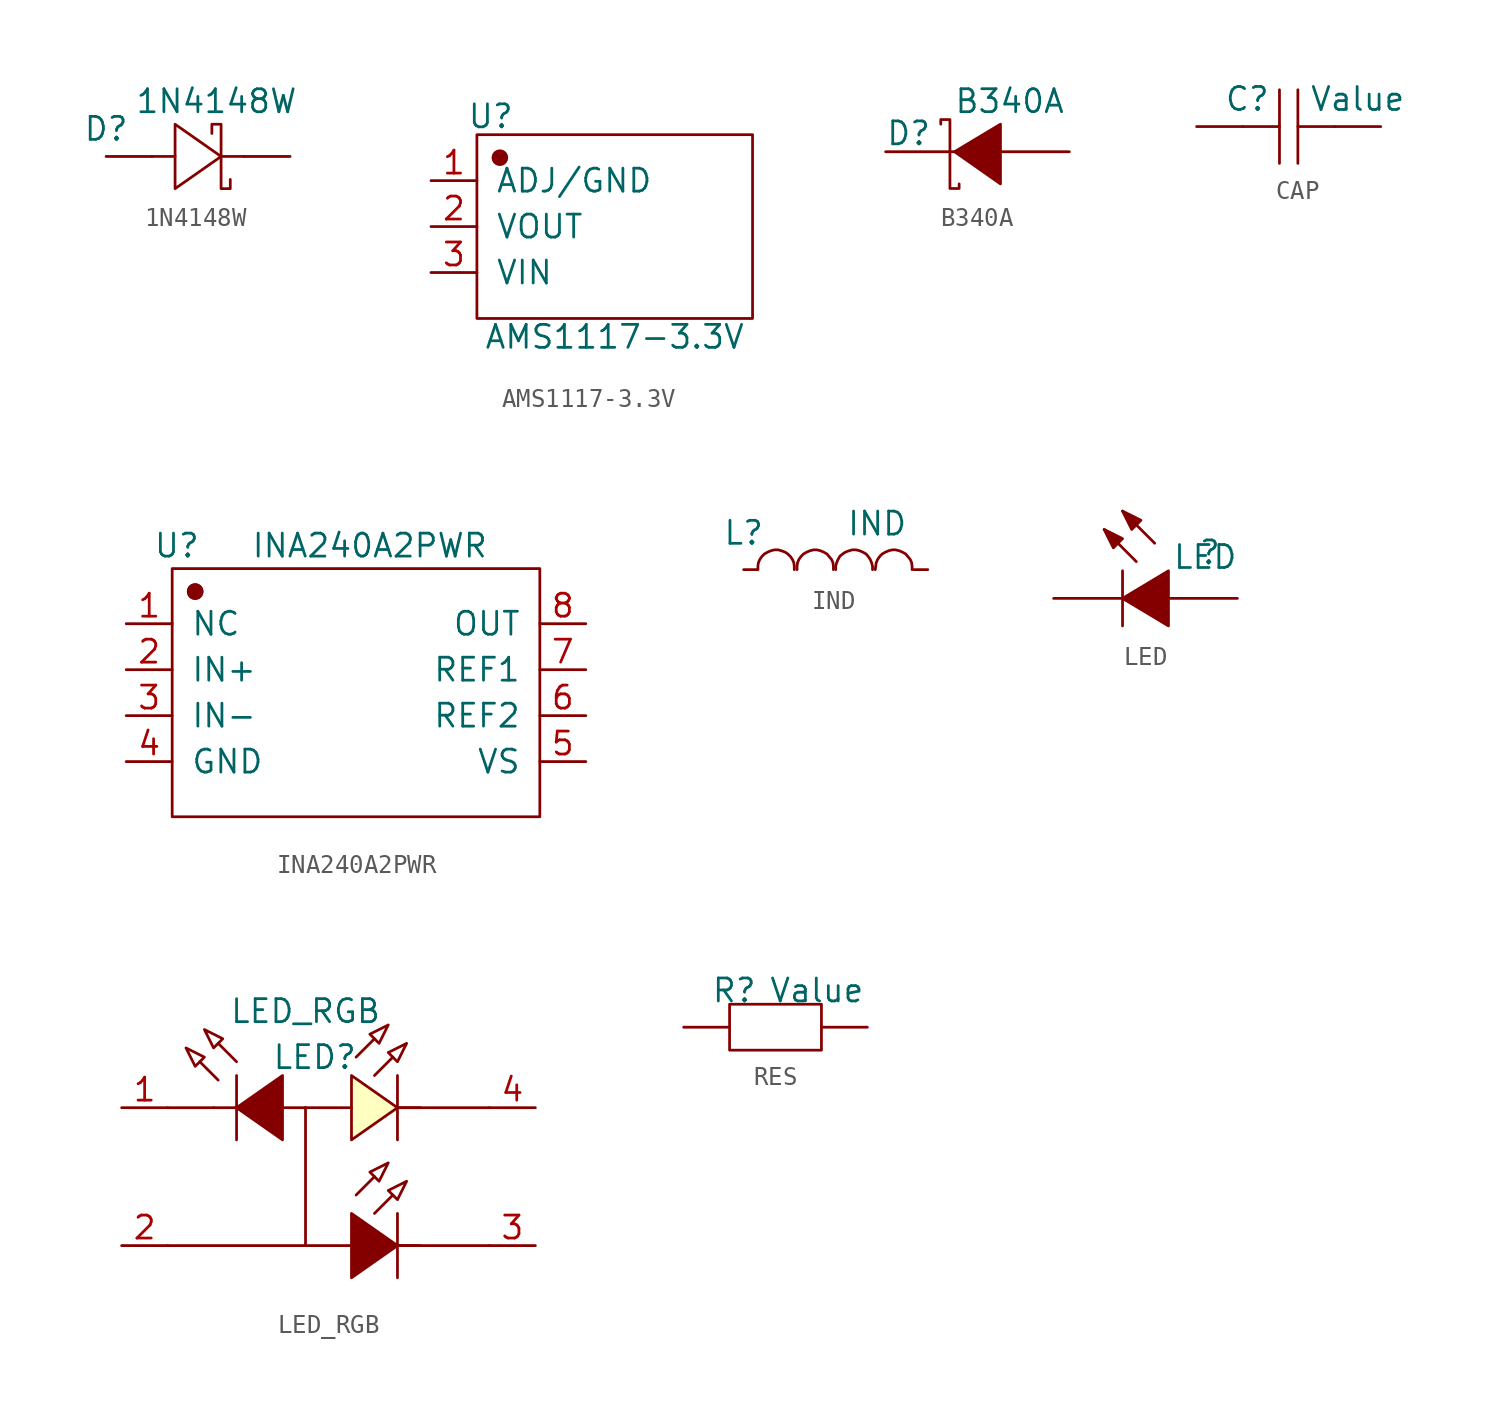
<source format=kicad_sym>
(kicad_symbol_lib
  (version 20231120)
  (generator "kicad_symbol_editor")
  (generator_version "8.0")
  (symbol "1N4148W"
    (pin_numbers hide)
    (pin_names
      (offset 1.016) hide)
    (property "Reference" "D"
      (at -5.08 1.524 0)
      (effects (font (size 1.27 1.27))))
    (property "Value" "1N4148W"
      (at 1.016 3.048 0)
      (effects (font (size 1.27 1.27))))
    (symbol "1N4148W_1_1"
      (polyline (pts (xy -2.54 0) (xy -1.27 0)) (stroke (width 0.152) (type solid)) (fill (type none)))
      (polyline (pts (xy 1.27 0) (xy 2.54 0)) (stroke (width 0.152) (type solid)) (fill (type none)))
      (polyline (pts (xy -1.27 -1.778) (xy 1.27 0) (xy -1.27 1.778) (xy -1.27 -1.778)) (stroke (width 0.152) (type solid)) (fill (type none)))
      (polyline (pts (xy 1.778 -1.27) (xy 1.778 -1.778) (xy 1.27 -1.778) (xy 1.27 1.778) (xy 0.762 1.778) (xy 0.762 1.27)) (stroke (width 0.152) (type solid)) (fill (type none)))
      (pin input line (at -5.08 0 0) (length 2.54) (name "A" (effects (font (size 1.27 1.27)))) (number "1" (effects (font (size 1.27 1.27)))))
      (pin input line (at 5.08 0 180) (length 2.54) (name "K" (effects (font (size 1.27 1.27)))) (number "2" (effects (font (size 1.27 1.27)))))))
  (symbol "AMS1117-3.3V"
    (pin_names
      (offset 1.016))
    (property "Reference" "U"
      (at -4.318 6.096 0)
      (effects (font (size 1.27 1.27))))
    (property "Value" "AMS1117-3.3V"
      (at 2.54 -6.096 0)
      (effects (font (size 1.27 1.27))))
    (symbol "AMS1117-3.3V_1_1"
      (rectangle (start -5.08 5.08) (end 10.16 -5.08) (stroke (width 0.152) (type solid)) (fill (type none)))
      (circle (center -3.81 3.81) (radius 0.381) (stroke (width 0.152) (type solid)) (fill (type outline)))
      (pin input line (at -7.62 2.54 0) (length 2.54) (name "ADJ/GND" (effects (font (size 1.27 1.27)))) (number "1" (effects (font (size 1.27 1.27)))))
      (pin input line (at -7.62 0 0) (length 2.54) (name "VOUT" (effects (font (size 1.27 1.27)))) (number "2" (effects (font (size 1.27 1.27)))))
      (pin input line (at -7.62 -2.54 0) (length 2.54) (name "VIN" (effects (font (size 1.27 1.27)))) (number "3" (effects (font (size 1.27 1.27)))))))
  (symbol "B340A"
    (pin_numbers hide)
    (pin_names
      (offset 1.016) hide)
    (property "Reference" "D"
      (at -3.81 1.016 0)
      (effects (font (size 1.27 1.27))))
    (property "Value" "B340A"
      (at 1.778 2.794 0)
      (effects (font (size 1.27 1.27))))
    (symbol "B340A_1_1"
      (polyline (pts (xy 1.27 1.524) (xy -1.27 0) (xy 1.27 -1.778) (xy 1.27 1.524)) (stroke (width 0.152) (type solid)) (fill (type outline)))
      (polyline (pts (xy -2.032 1.524) (xy -2.032 1.778) (xy -1.524 1.778) (xy -1.524 -2.032) (xy -1.016 -2.032) (xy -1.016 -1.778)) (stroke (width 0.152) (type solid)) (fill (type none)))
      (pin input line (at -5.08 0 0) (length 3.81) (name "K" (effects (font (size 1.27 1.27)))) (number "1" (effects (font (size 1.27 1.27)))))
      (pin input line (at 5.08 0 180) (length 3.81) (name "A" (effects (font (size 1.27 1.27)))) (number "2" (effects (font (size 1.27 1.27)))))))
  (symbol "CAP"
    (pin_numbers hide)
    (pin_names
      (offset 1.016) hide)
    (property "Reference" "C"
      (at -2.286 1.524 0)
      (effects (font (size 1.27 1.27))))
    (property "Value" "Value"
      (at 3.81 1.524 0)
      (effects (font (size 1.27 1.27))))
    (symbol "CAP_1_1"
      (polyline (pts (xy -0.508 -2.032) (xy -0.508 2.032)) (stroke (width 0.152) (type solid)) (fill (type none)))
      (polyline (pts (xy -0.508 0) (xy -2.54 0)) (stroke (width 0.152) (type solid)) (fill (type none)))
      (polyline (pts (xy 0.508 2.032) (xy 0.508 -2.032)) (stroke (width 0.152) (type solid)) (fill (type none)))
      (polyline (pts (xy 2.54 0) (xy 0.508 0)) (stroke (width 0.152) (type solid)) (fill (type none)))
      (pin input line (at -5.08 0 0) (length 2.54) (name "1" (effects (font (size 1.27 1.27)))) (number "1" (effects (font (size 1.27 1.27)))))
      (pin input line (at 5.08 0 180) (length 2.54) (name "2" (effects (font (size 1.27 1.27)))) (number "2" (effects (font (size 1.27 1.27)))))))
  (symbol "INA240A2PWR"
    (pin_names
      (offset 1.016))
    (property "Reference" "U"
      (at -9.906 8.128 0)
      (effects (font (size 1.27 1.27))))
    (property "Value" "INA240A2PWR"
      (at 0.762 8.128 0)
      (effects (font (size 1.27 1.27))))
    (symbol "INA240A2PWR_1_1"
      (rectangle (start -10.16 6.858) (end 10.16 -6.858) (stroke (width 0.152) (type solid)) (fill (type none)))
      (circle (center -8.89 5.588) (radius 0.381) (stroke (width 0.152) (type solid)) (fill (type outline)))
      (circle (center -8.89 5.588) (radius 0.381) (stroke (width 0.152) (type solid)) (fill (type outline)))
      (pin input line (at -12.7 3.81 0) (length 2.54) (name "NC" (effects (font (size 1.27 1.27)))) (number "1" (effects (font (size 1.27 1.27)))))
      (pin input line (at -12.7 1.27 0) (length 2.54) (name "IN+" (effects (font (size 1.27 1.27)))) (number "2" (effects (font (size 1.27 1.27)))))
      (pin input line (at -12.7 -1.27 0) (length 2.54) (name "IN-" (effects (font (size 1.27 1.27)))) (number "3" (effects (font (size 1.27 1.27)))))
      (pin input line (at -12.7 -3.81 0) (length 2.54) (name "GND" (effects (font (size 1.27 1.27)))) (number "4" (effects (font (size 1.27 1.27)))))
      (pin input line (at 12.7 -3.81 180) (length 2.54) (name "VS" (effects (font (size 1.27 1.27)))) (number "5" (effects (font (size 1.27 1.27)))))
      (pin input line (at 12.7 -1.27 180) (length 2.54) (name "REF2" (effects (font (size 1.27 1.27)))) (number "6" (effects (font (size 1.27 1.27)))))
      (pin input line (at 12.7 1.27 180) (length 2.54) (name "REF1" (effects (font (size 1.27 1.27)))) (number "7" (effects (font (size 1.27 1.27)))))
      (pin input line (at 12.7 3.81 180) (length 2.54) (name "OUT" (effects (font (size 1.27 1.27)))) (number "8" (effects (font (size 1.27 1.27)))))))
  (symbol "IND"
    (pin_numbers hide)
    (pin_names
      (offset 1.016) hide)
    (property "Reference" "L"
      (at -5.08 2.032 0)
      (effects (font (size 1.27 1.27))))
    (property "Value" "IND"
      (at 2.286 2.54 0)
      (effects (font (size 1.27 1.27))))
    (symbol "IND_1_1"
      (polyline (pts (xy -4.293 0) (xy -4.293 0.203) (xy -4.267 0.381) (xy -4.191 0.559) (xy -4.064 0.737) (xy -3.937 0.864) (xy -3.759 0.965) (xy -3.581 1.041) (xy -3.378 1.092) (xy -3.175 1.092) (xy -2.997 1.041) (xy -2.794 0.965) (xy -2.642 0.864) (xy -2.489 0.711) (xy -2.388 0.559) (xy -2.311 0.381) (xy -2.286 0.178) (xy -2.286 0)) (stroke (width 0.152) (type solid)) (fill (type none)))
      (polyline (pts (xy -2.134 0) (xy -2.134 0.203) (xy -2.108 0.381) (xy -2.032 0.559) (xy -1.905 0.737) (xy -1.778 0.864) (xy -1.6 0.965) (xy -1.422 1.041) (xy -1.219 1.092) (xy -1.041 1.092) (xy -0.838 1.041) (xy -0.66 0.965) (xy -0.483 0.864) (xy -0.356 0.711) (xy -0.229 0.559) (xy -0.152 0.381) (xy -0.127 0.178) (xy -0.127 0)) (stroke (width 0.152) (type solid)) (fill (type none)))
      (polyline (pts (xy 0 0) (xy 0 0.203) (xy 0.051 0.381) (xy 0.127 0.559) (xy 0.229 0.737) (xy 0.381 0.864) (xy 0.533 0.965) (xy 0.737 1.041) (xy 0.914 1.092) (xy 1.118 1.092) (xy 1.321 1.041) (xy 1.499 0.965) (xy 1.676 0.864) (xy 1.803 0.711) (xy 1.905 0.559) (xy 1.981 0.381) (xy 2.032 0.178) (xy 2.032 0)) (stroke (width 0.152) (type solid)) (fill (type none)))
      (polyline (pts (xy 2.184 0) (xy 2.21 0.203) (xy 2.235 0.381) (xy 2.311 0.559) (xy 2.438 0.737) (xy 2.565 0.864) (xy 2.743 0.965) (xy 2.921 1.041) (xy 3.124 1.092) (xy 3.302 1.092) (xy 3.505 1.041) (xy 3.683 0.965) (xy 3.861 0.864) (xy 3.988 0.711) (xy 4.115 0.559) (xy 4.191 0.381) (xy 4.216 0.178) (xy 4.216 0)) (stroke (width 0.152) (type solid)) (fill (type none)))
      (pin input line (at -5.08 0 0) (length 0.762) (name "1" (effects (font (size 1.27 1.27)))) (number "1" (effects (font (size 1.27 1.27)))))
      (pin input line (at 5.08 0 180) (length 0.762) (name "2" (effects (font (size 1.27 1.27)))) (number "2" (effects (font (size 1.27 1.27)))))))
  (symbol "LED"
    (pin_numbers hide)
    (pin_names
      (offset 1.016) hide)
    (property "Reference" ""
      (at 3.556 0.508 0)
      (effects (font (size 1.27 1.27))))
    (property "Value" "LED"
      (at 3.302 0.254 0)
      (effects (font (size 1.27 1.27))))
    (symbol "LED_1_1"
      (polyline (pts (xy -1.27 -0.508) (xy -1.27 -3.556)) (stroke (width 0.152) (type solid)) (fill (type none)))
      (polyline (pts (xy -0.508 0) (xy -2.286 1.778)) (stroke (width 0.152) (type solid)) (fill (type none)))
      (polyline (pts (xy 0.508 1.016) (xy -1.27 2.794)) (stroke (width 0.152) (type solid)) (fill (type none)))
      (polyline (pts (xy -2.286 1.778) (xy -1.27 1.27) (xy -1.778 0.762) (xy -2.286 1.778)) (stroke (width 0.152) (type solid)) (fill (type outline)))
      (polyline (pts (xy -1.27 2.794) (xy -0.254 2.286) (xy -0.762 1.778) (xy -1.27 2.794)) (stroke (width 0.152) (type solid)) (fill (type outline)))
      (polyline (pts (xy 1.27 -3.556) (xy -1.27 -2.032) (xy 1.27 -0.508) (xy 1.27 -3.556)) (stroke (width 0.152) (type solid)) (fill (type outline)))
      (pin input line (at -5.08 -2.032 0) (length 3.81) (name "K" (effects (font (size 1.27 1.27)))) (number "1" (effects (font (size 1.27 1.27)))))
      (pin input line (at 5.08 -2.032 180) (length 3.81) (name "A" (effects (font (size 1.27 1.27)))) (number "2" (effects (font (size 1.27 1.27)))))))
  (symbol "LED_RGB"
    (pin_names
      (offset 1.016) hide)
    (property "Reference" "LED"
      (at -2.032 5.334 0)
      (effects (font (size 1.27 1.27))))
    (property "Value" "LED_RGB"
      (at -2.54 7.874 0)
      (effects (font (size 1.27 1.27))))
    (symbol "LED_RGB_1_1"
      (polyline (pts (xy -7.62 2.54) (xy -10.16 2.54)) (stroke (width 0.152) (type solid)) (fill (type none)))
      (polyline (pts (xy -7.366 4.064) (xy -8.382 5.08)) (stroke (width 0.152) (type solid)) (fill (type outline)))
      (polyline (pts (xy -6.35 2.54) (xy -7.62 2.54)) (stroke (width 0.152) (type solid)) (fill (type none)))
      (polyline (pts (xy -6.35 4.318) (xy -6.35 0.762)) (stroke (width 0.152) (type solid)) (fill (type none)))
      (polyline (pts (xy -6.35 5.08) (xy -7.366 6.096)) (stroke (width 0.152) (type solid)) (fill (type outline)))
      (polyline (pts (xy -2.54 -5.08) (xy -10.16 -5.08)) (stroke (width 0.152) (type solid)) (fill (type none)))
      (polyline (pts (xy -2.54 2.54) (xy -3.81 2.54)) (stroke (width 0.152) (type solid)) (fill (type none)))
      (polyline (pts (xy -2.54 2.54) (xy 0 2.54)) (stroke (width 0.152) (type solid)) (fill (type none)))
      (polyline (pts (xy 0.254 -2.286) (xy 1.27 -1.27)) (stroke (width 0.152) (type solid)) (fill (type outline)))
      (polyline (pts (xy 0.254 5.334) (xy 1.27 6.35)) (stroke (width 0.152) (type solid)) (fill (type outline)))
      (polyline (pts (xy 1.27 -3.302) (xy 2.286 -2.286)) (stroke (width 0.152) (type solid)) (fill (type outline)))
      (polyline (pts (xy 1.27 4.318) (xy 2.286 5.334)) (stroke (width 0.152) (type solid)) (fill (type outline)))
      (polyline (pts (xy 2.54 -6.858) (xy 2.54 -3.302)) (stroke (width 0.152) (type solid)) (fill (type none)))
      (polyline (pts (xy 2.54 -5.08) (xy 3.81 -5.08)) (stroke (width 0.152) (type solid)) (fill (type none)))
      (polyline (pts (xy 2.54 -5.08) (xy 7.62 -5.08)) (stroke (width 0.152) (type solid)) (fill (type none)))
      (polyline (pts (xy 2.54 0.762) (xy 2.54 4.318)) (stroke (width 0.152) (type solid)) (fill (type none)))
      (polyline (pts (xy 2.54 2.54) (xy 3.81 2.54)) (stroke (width 0.152) (type solid)) (fill (type none)))
      (polyline (pts (xy 2.54 2.54) (xy 7.62 2.54)) (stroke (width 0.152) (type solid)) (fill (type none)))
      (polyline (pts (xy -2.54 2.54) (xy -2.54 -5.08) (xy 0 -5.08)) (stroke (width 0.152) (type solid)) (fill (type none)))
      (polyline (pts (xy -9.144 5.842) (xy -8.128 5.334) (xy -8.636 4.826) (xy -9.144 5.842)) (stroke (width 0.152) (type solid)) (fill (type none)))
      (polyline (pts (xy -8.128 6.858) (xy -7.112 6.35) (xy -7.62 5.842) (xy -8.128 6.858)) (stroke (width 0.152) (type solid)) (fill (type none)))
      (polyline (pts (xy -3.81 4.318) (xy -6.35 2.54) (xy -3.81 0.762) (xy -3.81 4.318)) (stroke (width 0.152) (type solid)) (fill (type outline)))
      (polyline (pts (xy 0 -6.858) (xy 2.54 -5.08) (xy 0 -3.302) (xy 0 -6.858)) (stroke (width 0.152) (type solid)) (fill (type outline)))
      (polyline (pts (xy 0 0.762) (xy 2.54 2.54) (xy 0 4.318) (xy 0 0.762)) (stroke (width 0.152) (type solid)) (fill (type background)))
      (polyline (pts (xy 2.032 -0.508) (xy 1.524 -1.524) (xy 1.016 -1.016) (xy 2.032 -0.508)) (stroke (width 0.152) (type solid)) (fill (type none)))
      (polyline (pts (xy 2.032 7.112) (xy 1.524 6.096) (xy 1.016 6.604) (xy 2.032 7.112)) (stroke (width 0.152) (type solid)) (fill (type none)))
      (polyline (pts (xy 3.048 -1.524) (xy 2.54 -2.54) (xy 2.032 -2.032) (xy 3.048 -1.524)) (stroke (width 0.152) (type solid)) (fill (type none)))
      (polyline (pts (xy 3.048 6.096) (xy 2.54 5.08) (xy 2.032 5.588) (xy 3.048 6.096)) (stroke (width 0.152) (type solid)) (fill (type none)))
      (pin input line (at -12.7 2.54 0) (length 2.54) (name "R-" (effects (font (size 1.27 1.27)))) (number "1" (effects (font (size 1.27 1.27)))))
      (pin input line (at -12.7 -5.08 0) (length 2.54) (name "COM+" (effects (font (size 1.27 1.27)))) (number "2" (effects (font (size 1.27 1.27)))))
      (pin input line (at 10.16 -5.08 180) (length 2.54) (name "B-" (effects (font (size 1.27 1.27)))) (number "3" (effects (font (size 1.27 1.27)))))
      (pin input line (at 10.16 2.54 180) (length 2.54) (name "G-" (effects (font (size 1.27 1.27)))) (number "4" (effects (font (size 1.27 1.27)))))))
  (symbol "RES"
    (pin_numbers hide)
    (pin_names
      (offset 1.016) hide)
    (property "Reference" "R"
      (at -2.286 2.032 0)
      (effects (font (size 1.27 1.27))))
    (property "Value" "Value"
      (at 2.286 2.032 0)
      (effects (font (size 1.27 1.27))))
    (symbol "RES_1_1"
      (rectangle (start -2.54 1.27) (end 2.54 -1.27) (stroke (width 0.152) (type solid)) (fill (type none)))
      (pin input line (at -5.08 0 0) (length 2.54) (name "1" (effects (font (size 1.27 1.27)))) (number "1" (effects (font (size 1.27 1.27)))))
      (pin input line (at 5.08 0 180) (length 2.54) (name "2" (effects (font (size 1.27 1.27)))) (number "2" (effects (font (size 1.27 1.27))))))))
</source>
